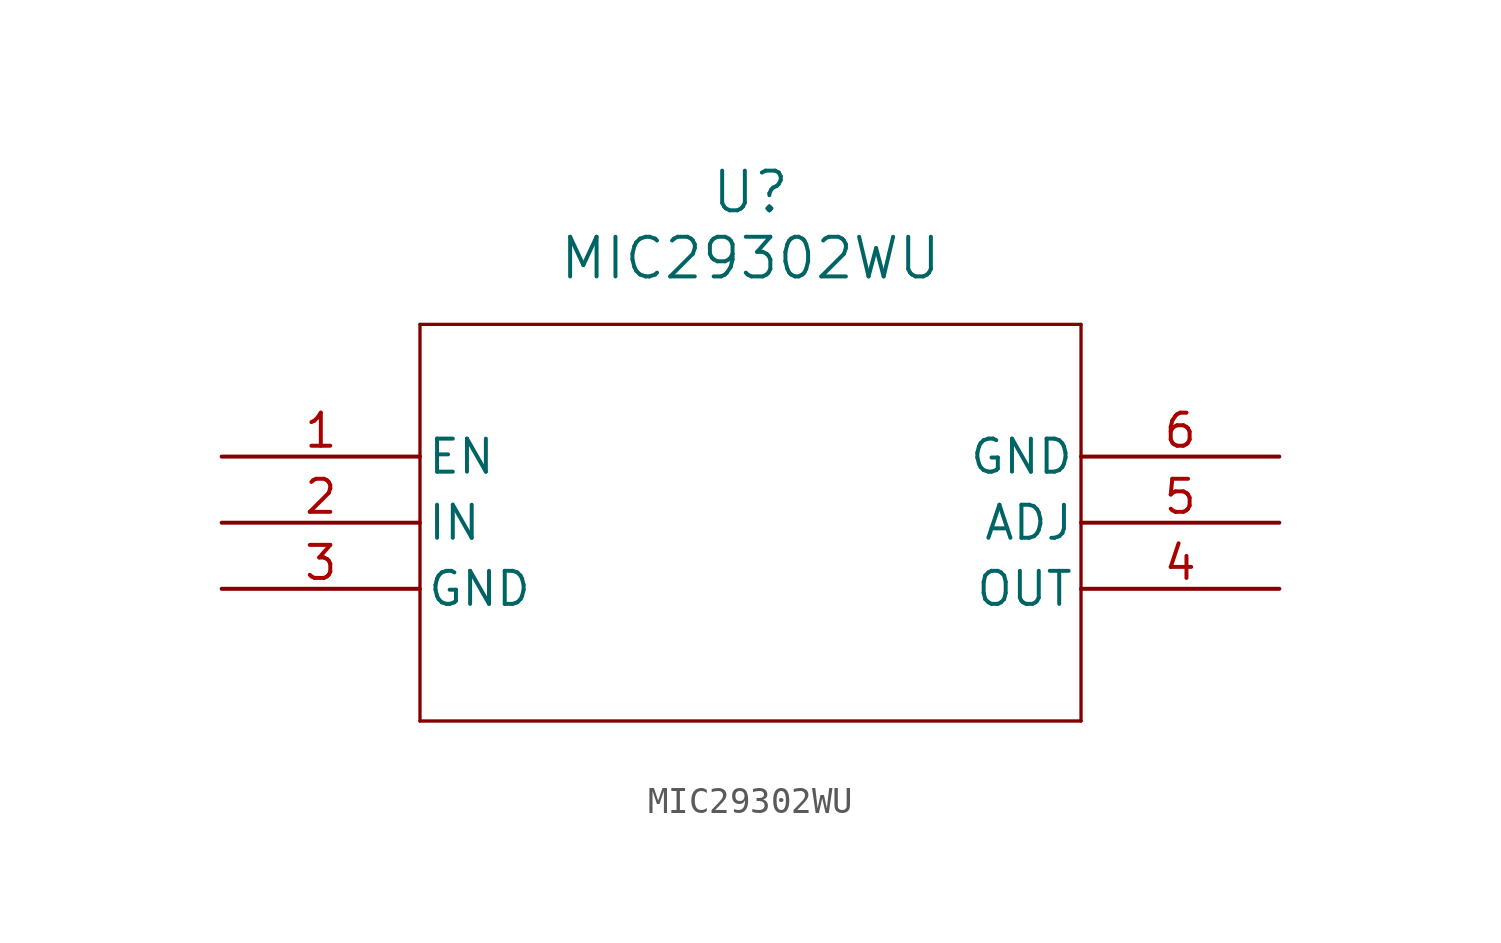
<source format=kicad_sym>
(kicad_symbol_lib
  (version 20211014)
  (generator kicad_symbol_editor)
  (symbol "MIC29302WU"
    (pin_names
      (offset 0.254))
    (property "Reference" "U"
      (at 20.32 10.16 0)
      (effects (font (size 1.524 1.524))))
    (property "Value" "MIC29302WU"
      (at 20.32 7.62 0)
      (effects (font (size 1.524 1.524))))
    (symbol "MIC29302WU_0_1"
      (polyline (pts (xy 7.62 5.08) (xy 7.62 -10.16)) (stroke (width 0.127) (type default) (color 0 0 0 0)) (fill (type none)))
      (polyline (pts (xy 7.62 -10.16) (xy 33.02 -10.16)) (stroke (width 0.127) (type default) (color 0 0 0 0)) (fill (type none)))
      (polyline (pts (xy 33.02 -10.16) (xy 33.02 5.08)) (stroke (width 0.127) (type default) (color 0 0 0 0)) (fill (type none)))
      (polyline (pts (xy 33.02 5.08) (xy 7.62 5.08)) (stroke (width 0.127) (type default) (color 0 0 0 0)) (fill (type none)))
      (pin unspecified line (at 0 0 0) (length 7.62) (name "EN" (effects (font (size 1.27 1.27)))) (number "1" (effects (font (size 1.27 1.27)))))
      (pin input line (at 0 -2.54 0) (length 7.62) (name "IN" (effects (font (size 1.27 1.27)))) (number "2" (effects (font (size 1.27 1.27)))))
      (pin power_in line (at 0 -5.08 0) (length 7.62) (name "GND" (effects (font (size 1.27 1.27)))) (number "3" (effects (font (size 1.27 1.27)))))
      (pin output line (at 40.64 -5.08 180) (length 7.62) (name "OUT" (effects (font (size 1.27 1.27)))) (number "4" (effects (font (size 1.27 1.27)))))
      (pin input line (at 40.64 -2.54 180) (length 7.62) (name "ADJ" (effects (font (size 1.27 1.27)))) (number "5" (effects (font (size 1.27 1.27)))))
      (pin power_out line (at 40.64 0 180) (length 7.62) (name "GND" (effects (font (size 1.27 1.27)))) (number "6" (effects (font (size 1.27 1.27))))))))
</source>
